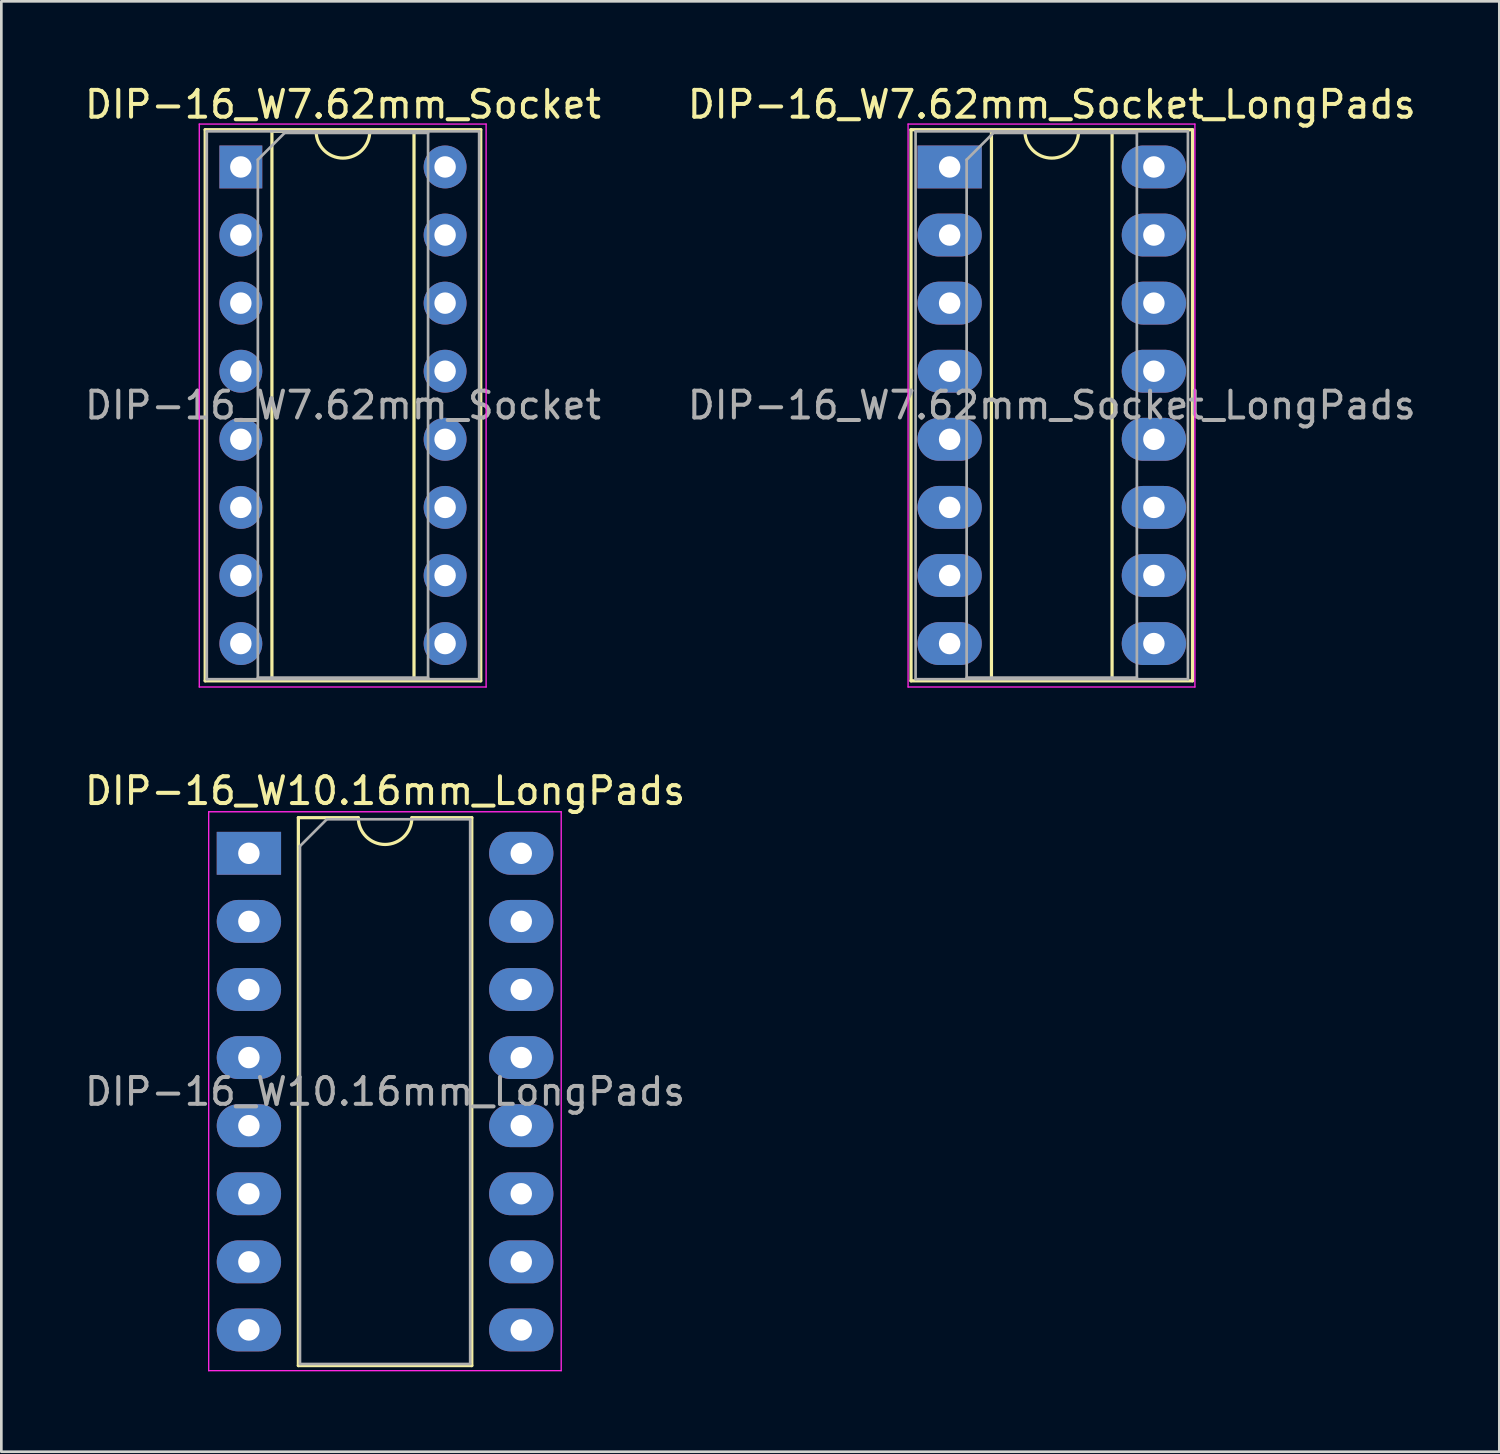
<source format=kicad_pcb>
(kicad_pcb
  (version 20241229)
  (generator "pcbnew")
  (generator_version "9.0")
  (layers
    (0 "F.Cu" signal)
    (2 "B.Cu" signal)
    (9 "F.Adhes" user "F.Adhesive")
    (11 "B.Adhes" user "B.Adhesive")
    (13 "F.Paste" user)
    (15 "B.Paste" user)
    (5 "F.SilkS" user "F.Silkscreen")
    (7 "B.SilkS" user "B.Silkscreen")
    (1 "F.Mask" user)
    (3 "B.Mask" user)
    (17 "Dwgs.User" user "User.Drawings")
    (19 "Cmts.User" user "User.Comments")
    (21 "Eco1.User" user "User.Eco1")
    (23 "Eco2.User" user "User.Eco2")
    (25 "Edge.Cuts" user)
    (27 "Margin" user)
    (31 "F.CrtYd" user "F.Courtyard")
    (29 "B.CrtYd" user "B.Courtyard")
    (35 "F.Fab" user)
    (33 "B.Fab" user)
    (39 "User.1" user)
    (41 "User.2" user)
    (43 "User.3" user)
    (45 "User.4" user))
  (footprint "DIP-16_W7.62mm_Socket_LongPads"
    (layer "F.Cu")
    (at 32.375 3.178)
    (property "Reference" "DIP-16_W7.62mm_Socket_LongPads" (at 3.81 -2.33 0) (layer "F.SilkS") (effects (font (size 1 1) (thickness 0.15))))
    (attr through_hole)
    (fp_line (start -1.44 -1.39) (end -1.44 19.17) (stroke (width 0.12) (type solid)) (layer "F.SilkS"))
    (fp_line (start -1.44 19.17) (end 9.06 19.17) (stroke (width 0.12) (type solid)) (layer "F.SilkS"))
    (fp_line (start 1.56 -1.33) (end 1.56 19.11) (stroke (width 0.12) (type solid)) (layer "F.SilkS"))
    (fp_line (start 1.56 19.11) (end 6.06 19.11) (stroke (width 0.12) (type solid)) (layer "F.SilkS"))
    (fp_line (start 2.81 -1.33) (end 1.56 -1.33) (stroke (width 0.12) (type solid)) (layer "F.SilkS"))
    (fp_line (start 6.06 -1.33) (end 4.81 -1.33) (stroke (width 0.12) (type solid)) (layer "F.SilkS"))
    (fp_line (start 6.06 19.11) (end 6.06 -1.33) (stroke (width 0.12) (type solid)) (layer "F.SilkS"))
    (fp_line (start 9.06 -1.39) (end -1.44 -1.39) (stroke (width 0.12) (type solid)) (layer "F.SilkS"))
    (fp_line (start 9.06 19.17) (end 9.06 -1.39) (stroke (width 0.12) (type solid)) (layer "F.SilkS"))
    (fp_arc (start 4.81 -1.33) (mid 3.81 -0.33) (end 2.81 -1.33) (stroke (width 0.12) (type solid)) (layer "F.SilkS"))
    (fp_line (start -1.55 -1.6) (end -1.55 19.4) (stroke (width 0.05) (type solid)) (layer "F.CrtYd"))
    (fp_line (start -1.55 19.4) (end 9.15 19.4) (stroke (width 0.05) (type solid)) (layer "F.CrtYd"))
    (fp_line (start 9.15 -1.6) (end -1.55 -1.6) (stroke (width 0.05) (type solid)) (layer "F.CrtYd"))
    (fp_line (start 9.15 19.4) (end 9.15 -1.6) (stroke (width 0.05) (type solid)) (layer "F.CrtYd"))
    (fp_line (start -1.27 -1.33) (end -1.27 19.11) (stroke (width 0.1) (type solid)) (layer "F.Fab"))
    (fp_line (start -1.27 19.11) (end 8.89 19.11) (stroke (width 0.1) (type solid)) (layer "F.Fab"))
    (fp_line (start 0.635 -0.27) (end 1.635 -1.27) (stroke (width 0.1) (type solid)) (layer "F.Fab"))
    (fp_line (start 0.635 19.05) (end 0.635 -0.27) (stroke (width 0.1) (type solid)) (layer "F.Fab"))
    (fp_line (start 1.635 -1.27) (end 6.985 -1.27) (stroke (width 0.1) (type solid)) (layer "F.Fab"))
    (fp_line (start 6.985 -1.27) (end 6.985 19.05) (stroke (width 0.1) (type solid)) (layer "F.Fab"))
    (fp_line (start 6.985 19.05) (end 0.635 19.05) (stroke (width 0.1) (type solid)) (layer "F.Fab"))
    (fp_line (start 8.89 -1.33) (end -1.27 -1.33) (stroke (width 0.1) (type solid)) (layer "F.Fab"))
    (fp_line (start 8.89 19.11) (end 8.89 -1.33) (stroke (width 0.1) (type solid)) (layer "F.Fab"))
    (fp_text user "${REFERENCE}" (at 3.81 8.89 0) (layer "F.Fab") (effects (font (size 1 1) (thickness 0.15))))
    (pad "1" thru_hole rect (at 0 0) (size 2.4 1.6) (drill 0.8) (layers "*.Cu" "*.Mask"))
    (pad "2" thru_hole oval (at 0 2.54) (size 2.4 1.6) (drill 0.8) (layers "*.Cu" "*.Mask"))
    (pad "3" thru_hole oval (at 0 5.08) (size 2.4 1.6) (drill 0.8) (layers "*.Cu" "*.Mask"))
    (pad "4" thru_hole oval (at 0 7.62) (size 2.4 1.6) (drill 0.8) (layers "*.Cu" "*.Mask"))
    (pad "5" thru_hole oval (at 0 10.16) (size 2.4 1.6) (drill 0.8) (layers "*.Cu" "*.Mask"))
    (pad "6" thru_hole oval (at 0 12.7) (size 2.4 1.6) (drill 0.8) (layers "*.Cu" "*.Mask"))
    (pad "7" thru_hole oval (at 0 15.24) (size 2.4 1.6) (drill 0.8) (layers "*.Cu" "*.Mask"))
    (pad "8" thru_hole oval (at 0 17.78) (size 2.4 1.6) (drill 0.8) (layers "*.Cu" "*.Mask"))
    (pad "9" thru_hole oval (at 7.62 17.78) (size 2.4 1.6) (drill 0.8) (layers "*.Cu" "*.Mask"))
    (pad "10" thru_hole oval (at 7.62 15.24) (size 2.4 1.6) (drill 0.8) (layers "*.Cu" "*.Mask"))
    (pad "11" thru_hole oval (at 7.62 12.7) (size 2.4 1.6) (drill 0.8) (layers "*.Cu" "*.Mask"))
    (pad "12" thru_hole oval (at 7.62 10.16) (size 2.4 1.6) (drill 0.8) (layers "*.Cu" "*.Mask"))
    (pad "13" thru_hole oval (at 7.62 7.62) (size 2.4 1.6) (drill 0.8) (layers "*.Cu" "*.Mask"))
    (pad "14" thru_hole oval (at 7.62 5.08) (size 2.4 1.6) (drill 0.8) (layers "*.Cu" "*.Mask"))
    (pad "15" thru_hole oval (at 7.62 2.54) (size 2.4 1.6) (drill 0.8) (layers "*.Cu" "*.Mask"))
    (pad "16" thru_hole oval (at 7.62 0) (size 2.4 1.6) (drill 0.8) (layers "*.Cu" "*.Mask")))
  (footprint "DIP-16_W10.16mm_LongPads"
    (layer "F.Cu")
    (at 6.235 28.782)
    (property "Reference" "DIP-16_W10.16mm_LongPads" (at 5.08 -2.33 0) (layer "F.SilkS") (effects (font (size 1 1) (thickness 0.15))))
    (attr through_hole)
    (fp_line (start 1.845 -1.33) (end 1.845 19.11) (stroke (width 0.12) (type solid)) (layer "F.SilkS"))
    (fp_line (start 1.845 19.11) (end 8.315 19.11) (stroke (width 0.12) (type solid)) (layer "F.SilkS"))
    (fp_line (start 4.08 -1.33) (end 1.845 -1.33) (stroke (width 0.12) (type solid)) (layer "F.SilkS"))
    (fp_line (start 8.315 -1.33) (end 6.08 -1.33) (stroke (width 0.12) (type solid)) (layer "F.SilkS"))
    (fp_line (start 8.315 19.11) (end 8.315 -1.33) (stroke (width 0.12) (type solid)) (layer "F.SilkS"))
    (fp_arc (start 6.08 -1.33) (mid 5.08 -0.33) (end 4.08 -1.33) (stroke (width 0.12) (type solid)) (layer "F.SilkS"))
    (fp_line (start -1.5 -1.55) (end -1.5 19.3) (stroke (width 0.05) (type solid)) (layer "F.CrtYd"))
    (fp_line (start -1.5 19.3) (end 11.65 19.3) (stroke (width 0.05) (type solid)) (layer "F.CrtYd"))
    (fp_line (start 11.65 -1.55) (end -1.5 -1.55) (stroke (width 0.05) (type solid)) (layer "F.CrtYd"))
    (fp_line (start 11.65 19.3) (end 11.65 -1.55) (stroke (width 0.05) (type solid)) (layer "F.CrtYd"))
    (fp_line (start 1.905 -0.27) (end 2.905 -1.27) (stroke (width 0.1) (type solid)) (layer "F.Fab"))
    (fp_line (start 1.905 19.05) (end 1.905 -0.27) (stroke (width 0.1) (type solid)) (layer "F.Fab"))
    (fp_line (start 2.905 -1.27) (end 8.255 -1.27) (stroke (width 0.1) (type solid)) (layer "F.Fab"))
    (fp_line (start 8.255 -1.27) (end 8.255 19.05) (stroke (width 0.1) (type solid)) (layer "F.Fab"))
    (fp_line (start 8.255 19.05) (end 1.905 19.05) (stroke (width 0.1) (type solid)) (layer "F.Fab"))
    (fp_text user "${REFERENCE}" (at 5.08 8.89 0) (layer "F.Fab") (effects (font (size 1 1) (thickness 0.15))))
    (pad "1" thru_hole rect (at 0 0) (size 2.4 1.6) (drill 0.8) (layers "*.Cu" "*.Mask"))
    (pad "2" thru_hole oval (at 0 2.54) (size 2.4 1.6) (drill 0.8) (layers "*.Cu" "*.Mask"))
    (pad "3" thru_hole oval (at 0 5.08) (size 2.4 1.6) (drill 0.8) (layers "*.Cu" "*.Mask"))
    (pad "4" thru_hole oval (at 0 7.62) (size 2.4 1.6) (drill 0.8) (layers "*.Cu" "*.Mask"))
    (pad "5" thru_hole oval (at 0 10.16) (size 2.4 1.6) (drill 0.8) (layers "*.Cu" "*.Mask"))
    (pad "6" thru_hole oval (at 0 12.7) (size 2.4 1.6) (drill 0.8) (layers "*.Cu" "*.Mask"))
    (pad "7" thru_hole oval (at 0 15.24) (size 2.4 1.6) (drill 0.8) (layers "*.Cu" "*.Mask"))
    (pad "8" thru_hole oval (at 0 17.78) (size 2.4 1.6) (drill 0.8) (layers "*.Cu" "*.Mask"))
    (pad "9" thru_hole oval (at 10.16 17.78) (size 2.4 1.6) (drill 0.8) (layers "*.Cu" "*.Mask"))
    (pad "10" thru_hole oval (at 10.16 15.24) (size 2.4 1.6) (drill 0.8) (layers "*.Cu" "*.Mask"))
    (pad "11" thru_hole oval (at 10.16 12.7) (size 2.4 1.6) (drill 0.8) (layers "*.Cu" "*.Mask"))
    (pad "12" thru_hole oval (at 10.16 10.16) (size 2.4 1.6) (drill 0.8) (layers "*.Cu" "*.Mask"))
    (pad "13" thru_hole oval (at 10.16 7.62) (size 2.4 1.6) (drill 0.8) (layers "*.Cu" "*.Mask"))
    (pad "14" thru_hole oval (at 10.16 5.08) (size 2.4 1.6) (drill 0.8) (layers "*.Cu" "*.Mask"))
    (pad "15" thru_hole oval (at 10.16 2.54) (size 2.4 1.6) (drill 0.8) (layers "*.Cu" "*.Mask"))
    (pad "16" thru_hole oval (at 10.16 0) (size 2.4 1.6) (drill 0.8) (layers "*.Cu" "*.Mask")))
  (footprint "DIP-16_W7.62mm_Socket"
    (layer "F.Cu")
    (at 5.934 3.178)
    (property "Reference" "DIP-16_W7.62mm_Socket" (at 3.81 -2.33 0) (layer "F.SilkS") (effects (font (size 1 1) (thickness 0.15))))
    (attr through_hole)
    (fp_line (start -1.33 -1.39) (end -1.33 19.17) (stroke (width 0.12) (type solid)) (layer "F.SilkS"))
    (fp_line (start -1.33 19.17) (end 8.95 19.17) (stroke (width 0.12) (type solid)) (layer "F.SilkS"))
    (fp_line (start 1.16 -1.33) (end 1.16 19.11) (stroke (width 0.12) (type solid)) (layer "F.SilkS"))
    (fp_line (start 1.16 19.11) (end 6.46 19.11) (stroke (width 0.12) (type solid)) (layer "F.SilkS"))
    (fp_line (start 2.81 -1.33) (end 1.16 -1.33) (stroke (width 0.12) (type solid)) (layer "F.SilkS"))
    (fp_line (start 6.46 -1.33) (end 4.81 -1.33) (stroke (width 0.12) (type solid)) (layer "F.SilkS"))
    (fp_line (start 6.46 19.11) (end 6.46 -1.33) (stroke (width 0.12) (type solid)) (layer "F.SilkS"))
    (fp_line (start 8.95 -1.39) (end -1.33 -1.39) (stroke (width 0.12) (type solid)) (layer "F.SilkS"))
    (fp_line (start 8.95 19.17) (end 8.95 -1.39) (stroke (width 0.12) (type solid)) (layer "F.SilkS"))
    (fp_arc (start 4.81 -1.33) (mid 3.81 -0.33) (end 2.81 -1.33) (stroke (width 0.12) (type solid)) (layer "F.SilkS"))
    (fp_line (start -1.55 -1.6) (end -1.55 19.4) (stroke (width 0.05) (type solid)) (layer "F.CrtYd"))
    (fp_line (start -1.55 19.4) (end 9.15 19.4) (stroke (width 0.05) (type solid)) (layer "F.CrtYd"))
    (fp_line (start 9.15 -1.6) (end -1.55 -1.6) (stroke (width 0.05) (type solid)) (layer "F.CrtYd"))
    (fp_line (start 9.15 19.4) (end 9.15 -1.6) (stroke (width 0.05) (type solid)) (layer "F.CrtYd"))
    (fp_line (start -1.27 -1.33) (end -1.27 19.11) (stroke (width 0.1) (type solid)) (layer "F.Fab"))
    (fp_line (start -1.27 19.11) (end 8.89 19.11) (stroke (width 0.1) (type solid)) (layer "F.Fab"))
    (fp_line (start 0.635 -0.27) (end 1.635 -1.27) (stroke (width 0.1) (type solid)) (layer "F.Fab"))
    (fp_line (start 0.635 19.05) (end 0.635 -0.27) (stroke (width 0.1) (type solid)) (layer "F.Fab"))
    (fp_line (start 1.635 -1.27) (end 6.985 -1.27) (stroke (width 0.1) (type solid)) (layer "F.Fab"))
    (fp_line (start 6.985 -1.27) (end 6.985 19.05) (stroke (width 0.1) (type solid)) (layer "F.Fab"))
    (fp_line (start 6.985 19.05) (end 0.635 19.05) (stroke (width 0.1) (type solid)) (layer "F.Fab"))
    (fp_line (start 8.89 -1.33) (end -1.27 -1.33) (stroke (width 0.1) (type solid)) (layer "F.Fab"))
    (fp_line (start 8.89 19.11) (end 8.89 -1.33) (stroke (width 0.1) (type solid)) (layer "F.Fab"))
    (fp_text user "${REFERENCE}" (at 3.81 8.89 0) (layer "F.Fab") (effects (font (size 1 1) (thickness 0.15))))
    (pad "1" thru_hole rect (at 0 0) (size 1.6 1.6) (drill 0.8) (layers "*.Cu" "*.Mask"))
    (pad "2" thru_hole oval (at 0 2.54) (size 1.6 1.6) (drill 0.8) (layers "*.Cu" "*.Mask"))
    (pad "3" thru_hole oval (at 0 5.08) (size 1.6 1.6) (drill 0.8) (layers "*.Cu" "*.Mask"))
    (pad "4" thru_hole oval (at 0 7.62) (size 1.6 1.6) (drill 0.8) (layers "*.Cu" "*.Mask"))
    (pad "5" thru_hole oval (at 0 10.16) (size 1.6 1.6) (drill 0.8) (layers "*.Cu" "*.Mask"))
    (pad "6" thru_hole oval (at 0 12.7) (size 1.6 1.6) (drill 0.8) (layers "*.Cu" "*.Mask"))
    (pad "7" thru_hole oval (at 0 15.24) (size 1.6 1.6) (drill 0.8) (layers "*.Cu" "*.Mask"))
    (pad "8" thru_hole oval (at 0 17.78) (size 1.6 1.6) (drill 0.8) (layers "*.Cu" "*.Mask"))
    (pad "9" thru_hole oval (at 7.62 17.78) (size 1.6 1.6) (drill 0.8) (layers "*.Cu" "*.Mask"))
    (pad "10" thru_hole oval (at 7.62 15.24) (size 1.6 1.6) (drill 0.8) (layers "*.Cu" "*.Mask"))
    (pad "11" thru_hole oval (at 7.62 12.7) (size 1.6 1.6) (drill 0.8) (layers "*.Cu" "*.Mask"))
    (pad "12" thru_hole oval (at 7.62 10.16) (size 1.6 1.6) (drill 0.8) (layers "*.Cu" "*.Mask"))
    (pad "13" thru_hole oval (at 7.62 7.62) (size 1.6 1.6) (drill 0.8) (layers "*.Cu" "*.Mask"))
    (pad "14" thru_hole oval (at 7.62 5.08) (size 1.6 1.6) (drill 0.8) (layers "*.Cu" "*.Mask"))
    (pad "15" thru_hole oval (at 7.62 2.54) (size 1.6 1.6) (drill 0.8) (layers "*.Cu" "*.Mask"))
    (pad "16" thru_hole oval (at 7.62 0) (size 1.6 1.6) (drill 0.8) (layers "*.Cu" "*.Mask")))
  (gr_rect
    (start -3 -3)
    (end 52.881 51.106)
    (stroke (width 0.1) (type default))
    (fill no)
    (layer "Edge.Cuts")))
</source>
